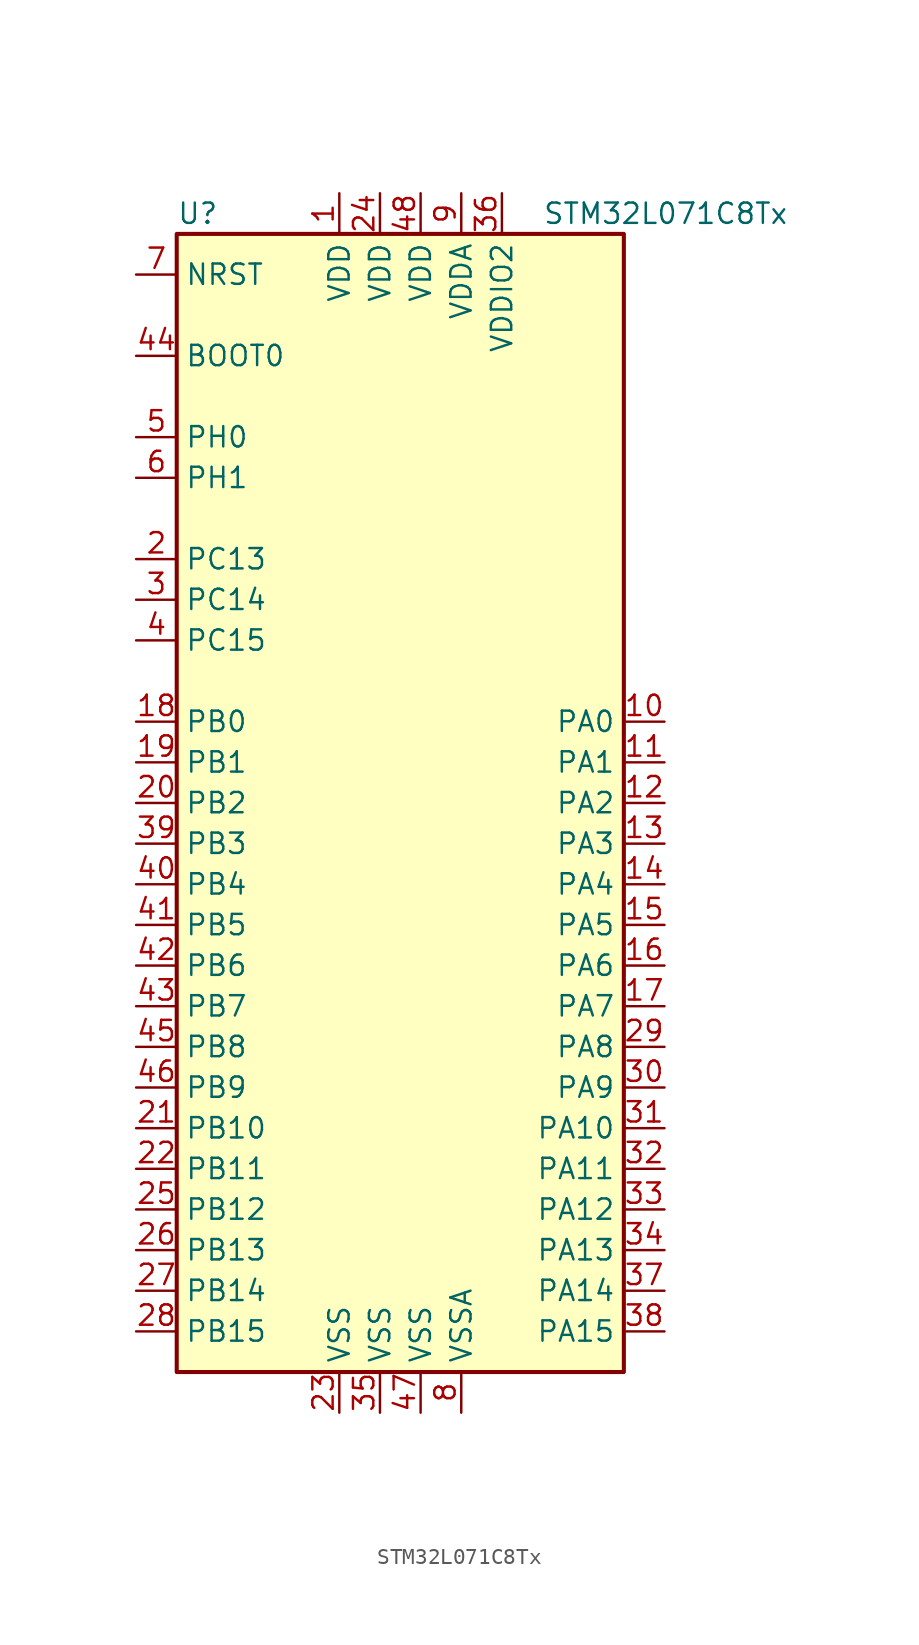
<source format=kicad_sym>
(kicad_symbol_lib
  (version 20201005)
  (generator kicad_symbol_editor)
  (symbol "STM32L071C8Tx"
    (property "Reference" "U"
      (at -15.24 36.83 0)
      (effects (font (size 1.27 1.27)) (justify left)))
    (property "Value" "STM32L071C8Tx"
      (at 7.62 36.83 0)
      (effects (font (size 1.27 1.27)) (justify left)))
    (symbol "STM32L071C8Tx_0_1"
      (rectangle (start -15.24 -35.56) (end 12.7 35.56) (stroke (width 0.254)) (fill (type background))))
    (symbol "STM32L071C8Tx_1_1"
      (pin power_in line (at -5.08 38.1 270) (length 2.54) (name "VDD" (effects (font (size 1.27 1.27)))) (number "1" (effects (font (size 1.27 1.27)))))
      (pin bidirectional line (at 15.24 5.08 180) (length 2.54) (name "PA0" (effects (font (size 1.27 1.27)))) (number "10" (effects (font (size 1.27 1.27)))))
      (pin bidirectional line (at 15.24 2.54 180) (length 2.54) (name "PA1" (effects (font (size 1.27 1.27)))) (number "11" (effects (font (size 1.27 1.27)))))
      (pin bidirectional line (at 15.24 0 180) (length 2.54) (name "PA2" (effects (font (size 1.27 1.27)))) (number "12" (effects (font (size 1.27 1.27)))))
      (pin bidirectional line (at 15.24 -2.54 180) (length 2.54) (name "PA3" (effects (font (size 1.27 1.27)))) (number "13" (effects (font (size 1.27 1.27)))))
      (pin bidirectional line (at 15.24 -5.08 180) (length 2.54) (name "PA4" (effects (font (size 1.27 1.27)))) (number "14" (effects (font (size 1.27 1.27)))))
      (pin bidirectional line (at 15.24 -7.62 180) (length 2.54) (name "PA5" (effects (font (size 1.27 1.27)))) (number "15" (effects (font (size 1.27 1.27)))))
      (pin bidirectional line (at 15.24 -10.16 180) (length 2.54) (name "PA6" (effects (font (size 1.27 1.27)))) (number "16" (effects (font (size 1.27 1.27)))))
      (pin bidirectional line (at 15.24 -12.7 180) (length 2.54) (name "PA7" (effects (font (size 1.27 1.27)))) (number "17" (effects (font (size 1.27 1.27)))))
      (pin bidirectional line (at -17.78 5.08 0) (length 2.54) (name "PB0" (effects (font (size 1.27 1.27)))) (number "18" (effects (font (size 1.27 1.27)))))
      (pin bidirectional line (at -17.78 2.54 0) (length 2.54) (name "PB1" (effects (font (size 1.27 1.27)))) (number "19" (effects (font (size 1.27 1.27)))))
      (pin bidirectional line (at -17.78 15.24 0) (length 2.54) (name "PC13" (effects (font (size 1.27 1.27)))) (number "2" (effects (font (size 1.27 1.27)))))
      (pin bidirectional line (at -17.78 0 0) (length 2.54) (name "PB2" (effects (font (size 1.27 1.27)))) (number "20" (effects (font (size 1.27 1.27)))))
      (pin bidirectional line (at -17.78 -20.32 0) (length 2.54) (name "PB10" (effects (font (size 1.27 1.27)))) (number "21" (effects (font (size 1.27 1.27)))))
      (pin bidirectional line (at -17.78 -22.86 0) (length 2.54) (name "PB11" (effects (font (size 1.27 1.27)))) (number "22" (effects (font (size 1.27 1.27)))))
      (pin power_in line (at -5.08 -38.1 90) (length 2.54) (name "VSS" (effects (font (size 1.27 1.27)))) (number "23" (effects (font (size 1.27 1.27)))))
      (pin power_in line (at -2.54 38.1 270) (length 2.54) (name "VDD" (effects (font (size 1.27 1.27)))) (number "24" (effects (font (size 1.27 1.27)))))
      (pin bidirectional line (at -17.78 -25.4 0) (length 2.54) (name "PB12" (effects (font (size 1.27 1.27)))) (number "25" (effects (font (size 1.27 1.27)))))
      (pin bidirectional line (at -17.78 -27.94 0) (length 2.54) (name "PB13" (effects (font (size 1.27 1.27)))) (number "26" (effects (font (size 1.27 1.27)))))
      (pin bidirectional line (at -17.78 -30.48 0) (length 2.54) (name "PB14" (effects (font (size 1.27 1.27)))) (number "27" (effects (font (size 1.27 1.27)))))
      (pin bidirectional line (at -17.78 -33.02 0) (length 2.54) (name "PB15" (effects (font (size 1.27 1.27)))) (number "28" (effects (font (size 1.27 1.27)))))
      (pin bidirectional line (at 15.24 -15.24 180) (length 2.54) (name "PA8" (effects (font (size 1.27 1.27)))) (number "29" (effects (font (size 1.27 1.27)))))
      (pin bidirectional line (at -17.78 12.7 0) (length 2.54) (name "PC14" (effects (font (size 1.27 1.27)))) (number "3" (effects (font (size 1.27 1.27)))))
      (pin bidirectional line (at 15.24 -17.78 180) (length 2.54) (name "PA9" (effects (font (size 1.27 1.27)))) (number "30" (effects (font (size 1.27 1.27)))))
      (pin bidirectional line (at 15.24 -20.32 180) (length 2.54) (name "PA10" (effects (font (size 1.27 1.27)))) (number "31" (effects (font (size 1.27 1.27)))))
      (pin bidirectional line (at 15.24 -22.86 180) (length 2.54) (name "PA11" (effects (font (size 1.27 1.27)))) (number "32" (effects (font (size 1.27 1.27)))))
      (pin bidirectional line (at 15.24 -25.4 180) (length 2.54) (name "PA12" (effects (font (size 1.27 1.27)))) (number "33" (effects (font (size 1.27 1.27)))))
      (pin bidirectional line (at 15.24 -27.94 180) (length 2.54) (name "PA13" (effects (font (size 1.27 1.27)))) (number "34" (effects (font (size 1.27 1.27)))))
      (pin power_in line (at -2.54 -38.1 90) (length 2.54) (name "VSS" (effects (font (size 1.27 1.27)))) (number "35" (effects (font (size 1.27 1.27)))))
      (pin power_in line (at 5.08 38.1 270) (length 2.54) (name "VDDIO2" (effects (font (size 1.27 1.27)))) (number "36" (effects (font (size 1.27 1.27)))))
      (pin bidirectional line (at 15.24 -30.48 180) (length 2.54) (name "PA14" (effects (font (size 1.27 1.27)))) (number "37" (effects (font (size 1.27 1.27)))))
      (pin bidirectional line (at 15.24 -33.02 180) (length 2.54) (name "PA15" (effects (font (size 1.27 1.27)))) (number "38" (effects (font (size 1.27 1.27)))))
      (pin bidirectional line (at -17.78 -2.54 0) (length 2.54) (name "PB3" (effects (font (size 1.27 1.27)))) (number "39" (effects (font (size 1.27 1.27)))))
      (pin bidirectional line (at -17.78 10.16 0) (length 2.54) (name "PC15" (effects (font (size 1.27 1.27)))) (number "4" (effects (font (size 1.27 1.27)))))
      (pin bidirectional line (at -17.78 -5.08 0) (length 2.54) (name "PB4" (effects (font (size 1.27 1.27)))) (number "40" (effects (font (size 1.27 1.27)))))
      (pin bidirectional line (at -17.78 -7.62 0) (length 2.54) (name "PB5" (effects (font (size 1.27 1.27)))) (number "41" (effects (font (size 1.27 1.27)))))
      (pin bidirectional line (at -17.78 -10.16 0) (length 2.54) (name "PB6" (effects (font (size 1.27 1.27)))) (number "42" (effects (font (size 1.27 1.27)))))
      (pin bidirectional line (at -17.78 -12.7 0) (length 2.54) (name "PB7" (effects (font (size 1.27 1.27)))) (number "43" (effects (font (size 1.27 1.27)))))
      (pin input line (at -17.78 27.94 0) (length 2.54) (name "BOOT0" (effects (font (size 1.27 1.27)))) (number "44" (effects (font (size 1.27 1.27)))))
      (pin bidirectional line (at -17.78 -15.24 0) (length 2.54) (name "PB8" (effects (font (size 1.27 1.27)))) (number "45" (effects (font (size 1.27 1.27)))))
      (pin bidirectional line (at -17.78 -17.78 0) (length 2.54) (name "PB9" (effects (font (size 1.27 1.27)))) (number "46" (effects (font (size 1.27 1.27)))))
      (pin power_in line (at 0 -38.1 90) (length 2.54) (name "VSS" (effects (font (size 1.27 1.27)))) (number "47" (effects (font (size 1.27 1.27)))))
      (pin power_in line (at 0 38.1 270) (length 2.54) (name "VDD" (effects (font (size 1.27 1.27)))) (number "48" (effects (font (size 1.27 1.27)))))
      (pin input line (at -17.78 22.86 0) (length 2.54) (name "PH0" (effects (font (size 1.27 1.27)))) (number "5" (effects (font (size 1.27 1.27)))))
      (pin input line (at -17.78 20.32 0) (length 2.54) (name "PH1" (effects (font (size 1.27 1.27)))) (number "6" (effects (font (size 1.27 1.27)))))
      (pin input line (at -17.78 33.02 0) (length 2.54) (name "NRST" (effects (font (size 1.27 1.27)))) (number "7" (effects (font (size 1.27 1.27)))))
      (pin power_in line (at 2.54 -38.1 90) (length 2.54) (name "VSSA" (effects (font (size 1.27 1.27)))) (number "8" (effects (font (size 1.27 1.27)))))
      (pin power_in line (at 2.54 38.1 270) (length 2.54) (name "VDDA" (effects (font (size 1.27 1.27)))) (number "9" (effects (font (size 1.27 1.27))))))))
</source>
